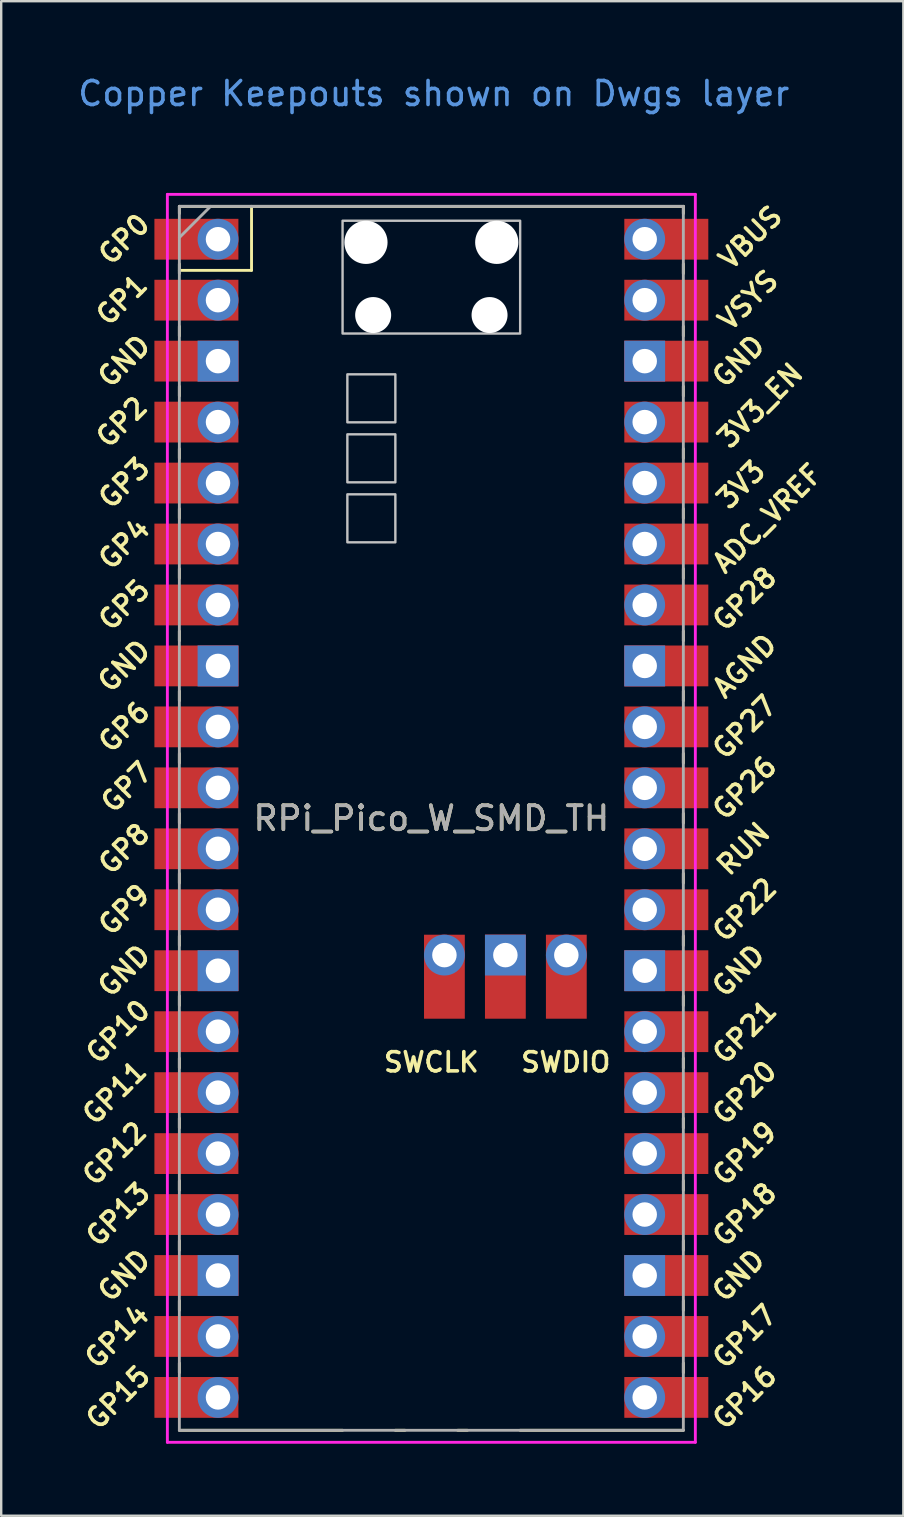
<source format=kicad_pcb>
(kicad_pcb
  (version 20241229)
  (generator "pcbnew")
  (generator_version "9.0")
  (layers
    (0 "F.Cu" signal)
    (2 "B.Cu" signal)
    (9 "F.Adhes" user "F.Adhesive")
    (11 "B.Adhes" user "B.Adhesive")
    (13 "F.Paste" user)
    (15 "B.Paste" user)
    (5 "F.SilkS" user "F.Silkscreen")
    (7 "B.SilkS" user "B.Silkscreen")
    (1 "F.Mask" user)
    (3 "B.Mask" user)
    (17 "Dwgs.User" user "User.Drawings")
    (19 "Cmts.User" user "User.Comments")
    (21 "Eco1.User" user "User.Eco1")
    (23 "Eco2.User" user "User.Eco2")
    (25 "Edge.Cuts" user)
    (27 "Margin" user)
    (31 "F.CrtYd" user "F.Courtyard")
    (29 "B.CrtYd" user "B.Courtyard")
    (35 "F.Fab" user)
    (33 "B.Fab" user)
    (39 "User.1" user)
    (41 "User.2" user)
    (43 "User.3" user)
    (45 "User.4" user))
  (footprint "RPi_Pico_W_SMD_TH"
    (layer "F.Cu")
    (at 14.924 31.048)
    (property "Reference" "RPi_Pico_W_SMD_TH" (at 0 0 0) (layer "F.SilkS") (effects (font (size 1 1) (thickness 0.15))))
    (attr through_hole)
    (fp_line (start -10.5 -25.5) (end -10.5 -25.2) (stroke (width 0.12) (type solid)) (layer "F.SilkS"))
    (fp_line (start -10.5 -25.5) (end 10.5 -25.5) (stroke (width 0.12) (type solid)) (layer "F.SilkS"))
    (fp_line (start -10.5 -23.1) (end -10.5 -22.7) (stroke (width 0.12) (type solid)) (layer "F.SilkS"))
    (fp_line (start -10.5 -22.833) (end -7.493 -22.833) (stroke (width 0.12) (type solid)) (layer "F.SilkS"))
    (fp_line (start -10.5 -20.5) (end -10.5 -20.1) (stroke (width 0.12) (type solid)) (layer "F.SilkS"))
    (fp_line (start -10.5 -18) (end -10.5 -17.6) (stroke (width 0.12) (type solid)) (layer "F.SilkS"))
    (fp_line (start -10.5 -15.4) (end -10.5 -15) (stroke (width 0.12) (type solid)) (layer "F.SilkS"))
    (fp_line (start -10.5 -12.9) (end -10.5 -12.5) (stroke (width 0.12) (type solid)) (layer "F.SilkS"))
    (fp_line (start -10.5 -10.4) (end -10.5 -10) (stroke (width 0.12) (type solid)) (layer "F.SilkS"))
    (fp_line (start -10.5 -7.8) (end -10.5 -7.4) (stroke (width 0.12) (type solid)) (layer "F.SilkS"))
    (fp_line (start -10.5 -5.3) (end -10.5 -4.9) (stroke (width 0.12) (type solid)) (layer "F.SilkS"))
    (fp_line (start -10.5 -2.7) (end -10.5 -2.3) (stroke (width 0.12) (type solid)) (layer "F.SilkS"))
    (fp_line (start -10.5 -0.2) (end -10.5 0.2) (stroke (width 0.12) (type solid)) (layer "F.SilkS"))
    (fp_line (start -10.5 2.3) (end -10.5 2.7) (stroke (width 0.12) (type solid)) (layer "F.SilkS"))
    (fp_line (start -10.5 4.9) (end -10.5 5.3) (stroke (width 0.12) (type solid)) (layer "F.SilkS"))
    (fp_line (start -10.5 7.4) (end -10.5 7.8) (stroke (width 0.12) (type solid)) (layer "F.SilkS"))
    (fp_line (start -10.5 10) (end -10.5 10.4) (stroke (width 0.12) (type solid)) (layer "F.SilkS"))
    (fp_line (start -10.5 12.5) (end -10.5 12.9) (stroke (width 0.12) (type solid)) (layer "F.SilkS"))
    (fp_line (start -10.5 15.1) (end -10.5 15.5) (stroke (width 0.12) (type solid)) (layer "F.SilkS"))
    (fp_line (start -10.5 17.6) (end -10.5 18) (stroke (width 0.12) (type solid)) (layer "F.SilkS"))
    (fp_line (start -10.5 20.1) (end -10.5 20.5) (stroke (width 0.12) (type solid)) (layer "F.SilkS"))
    (fp_line (start -10.5 22.7) (end -10.5 23.1) (stroke (width 0.12) (type solid)) (layer "F.SilkS"))
    (fp_line (start -7.493 -22.833) (end -7.493 -25.5) (stroke (width 0.12) (type solid)) (layer "F.SilkS"))
    (fp_line (start -3.7 25.5) (end -10.5 25.5) (stroke (width 0.12) (type solid)) (layer "F.SilkS"))
    (fp_line (start -1.5 25.5) (end -1.1 25.5) (stroke (width 0.12) (type solid)) (layer "F.SilkS"))
    (fp_line (start 1.1 25.5) (end 1.5 25.5) (stroke (width 0.12) (type solid)) (layer "F.SilkS"))
    (fp_line (start 10.5 -25.5) (end 10.5 -25.2) (stroke (width 0.12) (type solid)) (layer "F.SilkS"))
    (fp_line (start 10.5 -23.1) (end 10.5 -22.7) (stroke (width 0.12) (type solid)) (layer "F.SilkS"))
    (fp_line (start 10.5 -20.5) (end 10.5 -20.1) (stroke (width 0.12) (type solid)) (layer "F.SilkS"))
    (fp_line (start 10.5 -18) (end 10.5 -17.6) (stroke (width 0.12) (type solid)) (layer "F.SilkS"))
    (fp_line (start 10.5 -15.4) (end 10.5 -15) (stroke (width 0.12) (type solid)) (layer "F.SilkS"))
    (fp_line (start 10.5 -12.9) (end 10.5 -12.5) (stroke (width 0.12) (type solid)) (layer "F.SilkS"))
    (fp_line (start 10.5 -10.4) (end 10.5 -10) (stroke (width 0.12) (type solid)) (layer "F.SilkS"))
    (fp_line (start 10.5 -7.8) (end 10.5 -7.4) (stroke (width 0.12) (type solid)) (layer "F.SilkS"))
    (fp_line (start 10.5 -5.3) (end 10.5 -4.9) (stroke (width 0.12) (type solid)) (layer "F.SilkS"))
    (fp_line (start 10.5 -2.7) (end 10.5 -2.3) (stroke (width 0.12) (type solid)) (layer "F.SilkS"))
    (fp_line (start 10.5 -0.2) (end 10.5 0.2) (stroke (width 0.12) (type solid)) (layer "F.SilkS"))
    (fp_line (start 10.5 2.3) (end 10.5 2.7) (stroke (width 0.12) (type solid)) (layer "F.SilkS"))
    (fp_line (start 10.5 4.9) (end 10.5 5.3) (stroke (width 0.12) (type solid)) (layer "F.SilkS"))
    (fp_line (start 10.5 7.4) (end 10.5 7.8) (stroke (width 0.12) (type solid)) (layer "F.SilkS"))
    (fp_line (start 10.5 10) (end 10.5 10.4) (stroke (width 0.12) (type solid)) (layer "F.SilkS"))
    (fp_line (start 10.5 12.5) (end 10.5 12.9) (stroke (width 0.12) (type solid)) (layer "F.SilkS"))
    (fp_line (start 10.5 15.1) (end 10.5 15.5) (stroke (width 0.12) (type solid)) (layer "F.SilkS"))
    (fp_line (start 10.5 17.6) (end 10.5 18) (stroke (width 0.12) (type solid)) (layer "F.SilkS"))
    (fp_line (start 10.5 20.1) (end 10.5 20.5) (stroke (width 0.12) (type solid)) (layer "F.SilkS"))
    (fp_line (start 10.5 22.7) (end 10.5 23.1) (stroke (width 0.12) (type solid)) (layer "F.SilkS"))
    (fp_line (start 10.5 25.5) (end 3.7 25.5) (stroke (width 0.12) (type solid)) (layer "F.SilkS"))
    (fp_poly (pts (xy -1.5 -16.5) (xy -3.5 -16.5) (xy -3.5 -18.5) (xy -1.5 -18.5)) (stroke (width 0.1) (type solid)) (fill no) (layer "Dwgs.User"))
    (fp_poly (pts (xy -1.5 -14) (xy -3.5 -14) (xy -3.5 -16) (xy -1.5 -16)) (stroke (width 0.1) (type solid)) (fill no) (layer "Dwgs.User"))
    (fp_poly (pts (xy -1.5 -11.5) (xy -3.5 -11.5) (xy -3.5 -13.5) (xy -1.5 -13.5)) (stroke (width 0.1) (type solid)) (fill no) (layer "Dwgs.User"))
    (fp_poly (pts (xy 3.7 -20.2) (xy -3.7 -20.2) (xy -3.7 -24.9) (xy 3.7 -24.9)) (stroke (width 0.1) (type solid)) (fill no) (layer "Dwgs.User"))
    (fp_line (start -11 -26) (end 11 -26) (stroke (width 0.12) (type solid)) (layer "F.CrtYd"))
    (fp_line (start -11 26) (end -11 -26) (stroke (width 0.12) (type solid)) (layer "F.CrtYd"))
    (fp_line (start 11 -26) (end 11 26) (stroke (width 0.12) (type solid)) (layer "F.CrtYd"))
    (fp_line (start 11 26) (end -11 26) (stroke (width 0.12) (type solid)) (layer "F.CrtYd"))
    (fp_line (start -10.5 -25.5) (end 10.5 -25.5) (stroke (width 0.12) (type solid)) (layer "F.Fab"))
    (fp_line (start -10.5 -24.2) (end -9.2 -25.5) (stroke (width 0.12) (type solid)) (layer "F.Fab"))
    (fp_line (start -10.5 25.5) (end -10.5 -25.5) (stroke (width 0.12) (type solid)) (layer "F.Fab"))
    (fp_line (start 10.5 -25.5) (end 10.5 25.5) (stroke (width 0.12) (type solid)) (layer "F.Fab"))
    (fp_line (start 10.5 25.5) (end -10.5 25.5) (stroke (width 0.12) (type solid)) (layer "F.Fab"))
    (fp_text user "GP0" (at -12.8 -24.13 45) (layer "F.SilkS") (effects (font (size 0.8 0.8) (thickness 0.15))))
    (fp_text user "GP20" (at 13.054 11.43 45) (layer "F.SilkS") (effects (font (size 0.8 0.8) (thickness 0.15))))
    (fp_text user "GP6" (at -12.8 -3.81 45) (layer "F.SilkS") (effects (font (size 0.8 0.8) (thickness 0.15))))
    (fp_text user "VBUS" (at 13.3 -24.2 45) (layer "F.SilkS") (effects (font (size 0.8 0.8) (thickness 0.15))))
    (fp_text user "GP16" (at 13.054 24.13 45) (layer "F.SilkS") (effects (font (size 0.8 0.8) (thickness 0.15))))
    (fp_text user "GP2" (at -12.9 -16.51 45) (layer "F.SilkS") (effects (font (size 0.8 0.8) (thickness 0.15))))
    (fp_text user "RUN" (at 13 1.27 45) (layer "F.SilkS") (effects (font (size 0.8 0.8) (thickness 0.15))))
    (fp_text user "GP3" (at -12.8 -13.97 45) (layer "F.SilkS") (effects (font (size 0.8 0.8) (thickness 0.15))))
    (fp_text user "GND" (at 12.8 6.35 45) (layer "F.SilkS") (effects (font (size 0.8 0.8) (thickness 0.15))))
    (fp_text user "GP18" (at 13.054 16.51 45) (layer "F.SilkS") (effects (font (size 0.8 0.8) (thickness 0.15))))
    (fp_text user "ADC_VREF" (at 14 -12.5 45) (layer "F.SilkS") (effects (font (size 0.8 0.8) (thickness 0.15))))
    (fp_text user "GP21" (at 13.054 8.9 45) (layer "F.SilkS") (effects (font (size 0.8 0.8) (thickness 0.15))))
    (fp_text user "GP5" (at -12.8 -8.89 45) (layer "F.SilkS") (effects (font (size 0.8 0.8) (thickness 0.15))))
    (fp_text user "AGND" (at 13.054 -6.35 45) (layer "F.SilkS") (effects (font (size 0.8 0.8) (thickness 0.15))))
    (fp_text user "GP12" (at -13.2 13.97 45) (layer "F.SilkS") (effects (font (size 0.8 0.8) (thickness 0.15))))
    (fp_text user "3V3_EN" (at 13.7 -17.2 45) (layer "F.SilkS") (effects (font (size 0.8 0.8) (thickness 0.15))))
    (fp_text user "GP17" (at 13.054 21.59 45) (layer "F.SilkS") (effects (font (size 0.8 0.8) (thickness 0.15))))
    (fp_text user "GP1" (at -12.9 -21.6 45) (layer "F.SilkS") (effects (font (size 0.8 0.8) (thickness 0.15))))
    (fp_text user "GP15" (at -13.054 24.13 45) (layer "F.SilkS") (effects (font (size 0.8 0.8) (thickness 0.15))))
    (fp_text user "GP13" (at -13.054 16.51 45) (layer "F.SilkS") (effects (font (size 0.8 0.8) (thickness 0.15))))
    (fp_text user "GP27" (at 13.054 -3.8 45) (layer "F.SilkS") (effects (font (size 0.8 0.8) (thickness 0.15))))
    (fp_text user "GND" (at 12.8 -19.05 45) (layer "F.SilkS") (effects (font (size 0.8 0.8) (thickness 0.15))))
    (fp_text user "VSYS" (at 13.2 -21.59 45) (layer "F.SilkS") (effects (font (size 0.8 0.8) (thickness 0.15))))
    (fp_text user "GND" (at 12.8 19.05 45) (layer "F.SilkS") (effects (font (size 0.8 0.8) (thickness 0.15))))
    (fp_text user "GP26" (at 13.054 -1.27 45) (layer "F.SilkS") (effects (font (size 0.8 0.8) (thickness 0.15))))
    (fp_text user "GND" (at -12.8 -6.35 45) (layer "F.SilkS") (effects (font (size 0.8 0.8) (thickness 0.15))))
    (fp_text user "GP28" (at 13.054 -9.144 45) (layer "F.SilkS") (effects (font (size 0.8 0.8) (thickness 0.15))))
    (fp_text user "GND" (at -12.8 -19.05 45) (layer "F.SilkS") (effects (font (size 0.8 0.8) (thickness 0.15))))
    (fp_text user "GP8" (at -12.8 1.27 45) (layer "F.SilkS") (effects (font (size 0.8 0.8) (thickness 0.15))))
    (fp_text user "GP10" (at -13.054 8.89 45) (layer "F.SilkS") (effects (font (size 0.8 0.8) (thickness 0.15))))
    (fp_text user "GP22" (at 13.054 3.81 45) (layer "F.SilkS") (effects (font (size 0.8 0.8) (thickness 0.15))))
    (fp_text user "GP7" (at -12.7 -1.3 45) (layer "F.SilkS") (effects (font (size 0.8 0.8) (thickness 0.15))))
    (fp_text user "SWCLK" (at 0 10.16 0) (layer "F.SilkS") (effects (font (size 0.8 0.8) (thickness 0.15))))
    (fp_text user "3V3" (at 12.9 -13.9 45) (layer "F.SilkS") (effects (font (size 0.8 0.8) (thickness 0.15))))
    (fp_text user "GP14" (at -13.1 21.59 45) (layer "F.SilkS") (effects (font (size 0.8 0.8) (thickness 0.15))))
    (fp_text user "GP9" (at -12.8 3.81 45) (layer "F.SilkS") (effects (font (size 0.8 0.8) (thickness 0.15))))
    (fp_text user "SWDIO" (at 5.6 10.16 0) (layer "F.SilkS") (effects (font (size 0.8 0.8) (thickness 0.15))))
    (fp_text user "GP19" (at 13.054 13.97 45) (layer "F.SilkS") (effects (font (size 0.8 0.8) (thickness 0.15))))
    (fp_text user "GP4" (at -12.8 -11.43 45) (layer "F.SilkS") (effects (font (size 0.8 0.8) (thickness 0.15))))
    (fp_text user "GND" (at -12.8 19.05 45) (layer "F.SilkS") (effects (font (size 0.8 0.8) (thickness 0.15))))
    (fp_text user "GP11" (at -13.2 11.43 45) (layer "F.SilkS") (effects (font (size 0.8 0.8) (thickness 0.15))))
    (fp_text user "GND" (at -12.8 6.35 45) (layer "F.SilkS") (effects (font (size 0.8 0.8) (thickness 0.15))))
    (fp_text user "Copper Keepouts shown on Dwgs layer" (at 0.1 -30.2 0) (layer "Cmts.User") (effects (font (size 1 1) (thickness 0.15))))
    (fp_text user "${REFERENCE}" (at 0 0 180) (layer "F.Fab") (effects (font (size 1 1) (thickness 0.15))))
    (pad "" np_thru_hole oval (at -2.725 -24) (size 1.8 1.8) (drill 1.8) (layers "*.Cu" "*.Mask"))
    (pad "" np_thru_hole oval (at -2.425 -20.97) (size 1.5 1.5) (drill 1.5) (layers "*.Cu" "*.Mask"))
    (pad "" np_thru_hole oval (at 2.425 -20.97) (size 1.5 1.5) (drill 1.5) (layers "*.Cu" "*.Mask"))
    (pad "" np_thru_hole oval (at 2.725 -24) (size 1.8 1.8) (drill 1.8) (layers "*.Cu" "*.Mask"))
    (pad "1" thru_hole oval (at -8.89 -24.13) (size 1.7 1.7) (drill 1.02) (layers "*.Cu" "*.Mask"))
    (pad "1" smd rect (at -8.89 -24.13) (size 3.5 1.7) (drill (offset -0.9 0)) (layers "F.Cu" "F.Mask"))
    (pad "2" thru_hole oval (at -8.89 -21.59) (size 1.7 1.7) (drill 1.02) (layers "*.Cu" "*.Mask"))
    (pad "2" smd rect (at -8.89 -21.59) (size 3.5 1.7) (drill (offset -0.9 0)) (layers "F.Cu" "F.Mask"))
    (pad "3" thru_hole rect (at -8.89 -19.05) (size 1.7 1.7) (drill 1.02) (layers "*.Cu" "*.Mask"))
    (pad "3" smd rect (at -8.89 -19.05) (size 3.5 1.7) (drill (offset -0.9 0)) (layers "F.Cu" "F.Mask"))
    (pad "4" thru_hole oval (at -8.89 -16.51) (size 1.7 1.7) (drill 1.02) (layers "*.Cu" "*.Mask"))
    (pad "4" smd rect (at -8.89 -16.51) (size 3.5 1.7) (drill (offset -0.9 0)) (layers "F.Cu" "F.Mask"))
    (pad "5" thru_hole oval (at -8.89 -13.97) (size 1.7 1.7) (drill 1.02) (layers "*.Cu" "*.Mask"))
    (pad "5" smd rect (at -8.89 -13.97) (size 3.5 1.7) (drill (offset -0.9 0)) (layers "F.Cu" "F.Mask"))
    (pad "6" thru_hole oval (at -8.89 -11.43) (size 1.7 1.7) (drill 1.02) (layers "*.Cu" "*.Mask"))
    (pad "6" smd rect (at -8.89 -11.43) (size 3.5 1.7) (drill (offset -0.9 0)) (layers "F.Cu" "F.Mask"))
    (pad "7" thru_hole oval (at -8.89 -8.89) (size 1.7 1.7) (drill 1.02) (layers "*.Cu" "*.Mask"))
    (pad "7" smd rect (at -8.89 -8.89) (size 3.5 1.7) (drill (offset -0.9 0)) (layers "F.Cu" "F.Mask"))
    (pad "8" thru_hole rect (at -8.89 -6.35) (size 1.7 1.7) (drill 1.02) (layers "*.Cu" "*.Mask"))
    (pad "8" smd rect (at -8.89 -6.35) (size 3.5 1.7) (drill (offset -0.9 0)) (layers "F.Cu" "F.Mask"))
    (pad "9" thru_hole oval (at -8.89 -3.81) (size 1.7 1.7) (drill 1.02) (layers "*.Cu" "*.Mask"))
    (pad "9" smd rect (at -8.89 -3.81) (size 3.5 1.7) (drill (offset -0.9 0)) (layers "F.Cu" "F.Mask"))
    (pad "10" thru_hole oval (at -8.89 -1.27) (size 1.7 1.7) (drill 1.02) (layers "*.Cu" "*.Mask"))
    (pad "10" smd rect (at -8.89 -1.27) (size 3.5 1.7) (drill (offset -0.9 0)) (layers "F.Cu" "F.Mask"))
    (pad "11" thru_hole oval (at -8.89 1.27) (size 1.7 1.7) (drill 1.02) (layers "*.Cu" "*.Mask"))
    (pad "11" smd rect (at -8.89 1.27) (size 3.5 1.7) (drill (offset -0.9 0)) (layers "F.Cu" "F.Mask"))
    (pad "12" thru_hole oval (at -8.89 3.81) (size 1.7 1.7) (drill 1.02) (layers "*.Cu" "*.Mask"))
    (pad "12" smd rect (at -8.89 3.81) (size 3.5 1.7) (drill (offset -0.9 0)) (layers "F.Cu" "F.Mask"))
    (pad "13" thru_hole rect (at -8.89 6.35) (size 1.7 1.7) (drill 1.02) (layers "*.Cu" "*.Mask"))
    (pad "13" smd rect (at -8.89 6.35) (size 3.5 1.7) (drill (offset -0.9 0)) (layers "F.Cu" "F.Mask"))
    (pad "14" thru_hole oval (at -8.89 8.89) (size 1.7 1.7) (drill 1.02) (layers "*.Cu" "*.Mask"))
    (pad "14" smd rect (at -8.89 8.89) (size 3.5 1.7) (drill (offset -0.9 0)) (layers "F.Cu" "F.Mask"))
    (pad "15" thru_hole oval (at -8.89 11.43) (size 1.7 1.7) (drill 1.02) (layers "*.Cu" "*.Mask"))
    (pad "15" smd rect (at -8.89 11.43) (size 3.5 1.7) (drill (offset -0.9 0)) (layers "F.Cu" "F.Mask"))
    (pad "16" thru_hole oval (at -8.89 13.97) (size 1.7 1.7) (drill 1.02) (layers "*.Cu" "*.Mask"))
    (pad "16" smd rect (at -8.89 13.97) (size 3.5 1.7) (drill (offset -0.9 0)) (layers "F.Cu" "F.Mask"))
    (pad "17" thru_hole oval (at -8.89 16.51) (size 1.7 1.7) (drill 1.02) (layers "*.Cu" "*.Mask"))
    (pad "17" smd rect (at -8.89 16.51) (size 3.5 1.7) (drill (offset -0.9 0)) (layers "F.Cu" "F.Mask"))
    (pad "18" thru_hole rect (at -8.89 19.05) (size 1.7 1.7) (drill 1.02) (layers "*.Cu" "*.Mask"))
    (pad "18" smd rect (at -8.89 19.05) (size 3.5 1.7) (drill (offset -0.9 0)) (layers "F.Cu" "F.Mask"))
    (pad "19" thru_hole oval (at -8.89 21.59) (size 1.7 1.7) (drill 1.02) (layers "*.Cu" "*.Mask"))
    (pad "19" smd rect (at -8.89 21.59) (size 3.5 1.7) (drill (offset -0.9 0)) (layers "F.Cu" "F.Mask"))
    (pad "20" thru_hole oval (at -8.89 24.13) (size 1.7 1.7) (drill 1.02) (layers "*.Cu" "*.Mask"))
    (pad "20" smd rect (at -8.89 24.13) (size 3.5 1.7) (drill (offset -0.9 0)) (layers "F.Cu" "F.Mask"))
    (pad "21" thru_hole oval (at 8.89 24.13) (size 1.7 1.7) (drill 1.02) (layers "*.Cu" "*.Mask"))
    (pad "21" smd rect (at 8.89 24.13) (size 3.5 1.7) (drill (offset 0.9 0)) (layers "F.Cu" "F.Mask"))
    (pad "22" thru_hole oval (at 8.89 21.59) (size 1.7 1.7) (drill 1.02) (layers "*.Cu" "*.Mask"))
    (pad "22" smd rect (at 8.89 21.59) (size 3.5 1.7) (drill (offset 0.9 0)) (layers "F.Cu" "F.Mask"))
    (pad "23" thru_hole rect (at 8.89 19.05) (size 1.7 1.7) (drill 1.02) (layers "*.Cu" "*.Mask"))
    (pad "23" smd rect (at 8.89 19.05) (size 3.5 1.7) (drill (offset 0.9 0)) (layers "F.Cu" "F.Mask"))
    (pad "24" thru_hole oval (at 8.89 16.51) (size 1.7 1.7) (drill 1.02) (layers "*.Cu" "*.Mask"))
    (pad "24" smd rect (at 8.89 16.51) (size 3.5 1.7) (drill (offset 0.9 0)) (layers "F.Cu" "F.Mask"))
    (pad "25" thru_hole oval (at 8.89 13.97) (size 1.7 1.7) (drill 1.02) (layers "*.Cu" "*.Mask"))
    (pad "25" smd rect (at 8.89 13.97) (size 3.5 1.7) (drill (offset 0.9 0)) (layers "F.Cu" "F.Mask"))
    (pad "26" thru_hole oval (at 8.89 11.43) (size 1.7 1.7) (drill 1.02) (layers "*.Cu" "*.Mask"))
    (pad "26" smd rect (at 8.89 11.43) (size 3.5 1.7) (drill (offset 0.9 0)) (layers "F.Cu" "F.Mask"))
    (pad "27" thru_hole oval (at 8.89 8.89) (size 1.7 1.7) (drill 1.02) (layers "*.Cu" "*.Mask"))
    (pad "27" smd rect (at 8.89 8.89) (size 3.5 1.7) (drill (offset 0.9 0)) (layers "F.Cu" "F.Mask"))
    (pad "28" thru_hole rect (at 8.89 6.35) (size 1.7 1.7) (drill 1.02) (layers "*.Cu" "*.Mask"))
    (pad "28" smd rect (at 8.89 6.35) (size 3.5 1.7) (drill (offset 0.9 0)) (layers "F.Cu" "F.Mask"))
    (pad "29" thru_hole oval (at 8.89 3.81) (size 1.7 1.7) (drill 1.02) (layers "*.Cu" "*.Mask"))
    (pad "29" smd rect (at 8.89 3.81) (size 3.5 1.7) (drill (offset 0.9 0)) (layers "F.Cu" "F.Mask"))
    (pad "30" thru_hole oval (at 8.89 1.27) (size 1.7 1.7) (drill 1.02) (layers "*.Cu" "*.Mask"))
    (pad "30" smd rect (at 8.89 1.27) (size 3.5 1.7) (drill (offset 0.9 0)) (layers "F.Cu" "F.Mask"))
    (pad "31" thru_hole oval (at 8.89 -1.27) (size 1.7 1.7) (drill 1.02) (layers "*.Cu" "*.Mask"))
    (pad "31" smd rect (at 8.89 -1.27) (size 3.5 1.7) (drill (offset 0.9 0)) (layers "F.Cu" "F.Mask"))
    (pad "32" thru_hole oval (at 8.89 -3.81) (size 1.7 1.7) (drill 1.02) (layers "*.Cu" "*.Mask"))
    (pad "32" smd rect (at 8.89 -3.81) (size 3.5 1.7) (drill (offset 0.9 0)) (layers "F.Cu" "F.Mask"))
    (pad "33" thru_hole rect (at 8.89 -6.35) (size 1.7 1.7) (drill 1.02) (layers "*.Cu" "*.Mask"))
    (pad "33" smd rect (at 8.89 -6.35) (size 3.5 1.7) (drill (offset 0.9 0)) (layers "F.Cu" "F.Mask"))
    (pad "34" thru_hole oval (at 8.89 -8.89) (size 1.7 1.7) (drill 1.02) (layers "*.Cu" "*.Mask"))
    (pad "34" smd rect (at 8.89 -8.89) (size 3.5 1.7) (drill (offset 0.9 0)) (layers "F.Cu" "F.Mask"))
    (pad "35" thru_hole oval (at 8.89 -11.43) (size 1.7 1.7) (drill 1.02) (layers "*.Cu" "*.Mask"))
    (pad "35" smd rect (at 8.89 -11.43) (size 3.5 1.7) (drill (offset 0.9 0)) (layers "F.Cu" "F.Mask"))
    (pad "36" thru_hole oval (at 8.89 -13.97) (size 1.7 1.7) (drill 1.02) (layers "*.Cu" "*.Mask"))
    (pad "36" smd rect (at 8.89 -13.97) (size 3.5 1.7) (drill (offset 0.9 0)) (layers "F.Cu" "F.Mask"))
    (pad "37" thru_hole oval (at 8.89 -16.51) (size 1.7 1.7) (drill 1.02) (layers "*.Cu" "*.Mask"))
    (pad "37" smd rect (at 8.89 -16.51) (size 3.5 1.7) (drill (offset 0.9 0)) (layers "F.Cu" "F.Mask"))
    (pad "38" thru_hole rect (at 8.89 -19.05) (size 1.7 1.7) (drill 1.02) (layers "*.Cu" "*.Mask"))
    (pad "38" smd rect (at 8.89 -19.05) (size 3.5 1.7) (drill (offset 0.9 0)) (layers "F.Cu" "F.Mask"))
    (pad "39" thru_hole oval (at 8.89 -21.59) (size 1.7 1.7) (drill 1.02) (layers "*.Cu" "*.Mask"))
    (pad "39" smd rect (at 8.89 -21.59) (size 3.5 1.7) (drill (offset 0.9 0)) (layers "F.Cu" "F.Mask"))
    (pad "40" thru_hole oval (at 8.89 -24.13) (size 1.7 1.7) (drill 1.02) (layers "*.Cu" "*.Mask"))
    (pad "40" smd rect (at 8.89 -24.13) (size 3.5 1.7) (drill (offset 0.9 0)) (layers "F.Cu" "F.Mask"))
    (pad "41" thru_hole oval (at 0.544 5.7) (size 1.7 1.7) (drill 1.02) (layers "*.Cu" "*.Mask"))
    (pad "41" smd rect (at 0.544 5.7 90) (size 3.5 1.7) (drill (offset -0.9 0)) (layers "F.Cu" "F.Mask"))
    (pad "42" thru_hole rect (at 3.084 5.7) (size 1.7 1.7) (drill 1.02) (layers "*.Cu" "*.Mask"))
    (pad "42" smd rect (at 3.084 5.7 90) (size 3.5 1.7) (drill (offset -0.9 0)) (layers "F.Cu" "F.Mask"))
    (pad "43" thru_hole oval (at 5.624 5.7) (size 1.7 1.7) (drill 1.02) (layers "*.Cu" "*.Mask"))
    (pad "43" smd rect (at 5.624 5.7 90) (size 3.5 1.7) (drill (offset -0.9 0)) (layers "F.Cu" "F.Mask")))
  (gr_rect
    (start -3 -3)
    (end 34.591 60.108)
    (stroke (width 0.1) (type default))
    (fill no)
    (layer "Edge.Cuts")))
</source>
